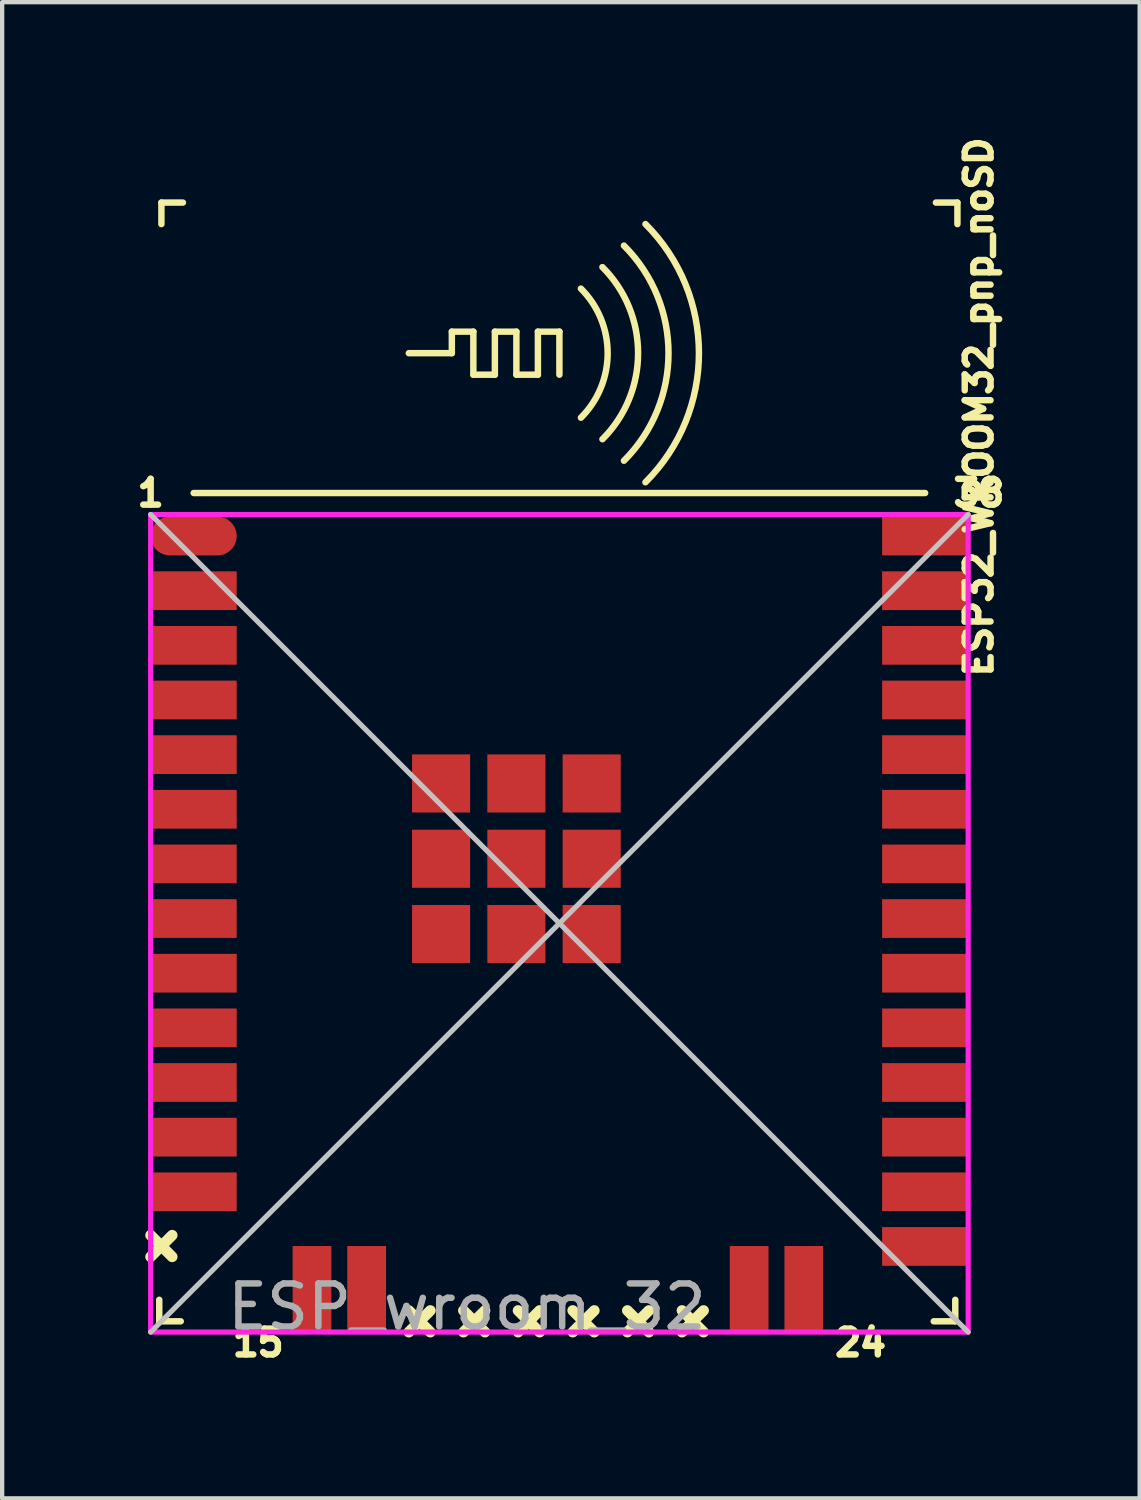
<source format=kicad_pcb>
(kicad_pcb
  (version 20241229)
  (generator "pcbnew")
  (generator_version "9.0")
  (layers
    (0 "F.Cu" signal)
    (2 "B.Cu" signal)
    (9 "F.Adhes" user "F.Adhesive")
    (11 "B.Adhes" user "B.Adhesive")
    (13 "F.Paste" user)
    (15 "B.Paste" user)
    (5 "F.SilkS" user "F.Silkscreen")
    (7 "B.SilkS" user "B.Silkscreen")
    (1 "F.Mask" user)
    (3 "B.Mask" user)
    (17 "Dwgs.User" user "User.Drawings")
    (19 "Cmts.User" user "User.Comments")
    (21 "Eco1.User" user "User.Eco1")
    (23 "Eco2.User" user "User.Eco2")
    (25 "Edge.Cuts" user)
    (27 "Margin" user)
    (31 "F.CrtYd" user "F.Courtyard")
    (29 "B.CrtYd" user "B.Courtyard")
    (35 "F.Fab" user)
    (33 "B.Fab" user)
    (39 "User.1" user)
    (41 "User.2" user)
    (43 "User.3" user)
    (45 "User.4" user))
  (footprint "ESP32_WROOM32_pnp_noSD"
    (layer "F.Cu")
    (at 9.951 18.408)
    (property "Reference" "ESP32_WROOM32_pnp_noSD" (at 9.75 -12 270) (layer "F.SilkS") (effects (font (size 0.6 0.6) (thickness 0.15))))
    (attr smd)
    (fp_line (start -9.5 7.75) (end -9 7.25) (stroke (width 0.25) (type solid)) (layer "F.SilkS"))
    (fp_line (start -9.3 9.25) (end -9.3 8.75) (stroke (width 0.15) (type solid)) (layer "F.SilkS"))
    (fp_line (start -9.3 9.25) (end -8.8 9.25) (stroke (width 0.15) (type solid)) (layer "F.SilkS"))
    (fp_line (start -9.25 -16.75) (end -9.25 -16.25) (stroke (width 0.15) (type solid)) (layer "F.SilkS"))
    (fp_line (start -9.25 -16.75) (end -8.75 -16.75) (stroke (width 0.15) (type solid)) (layer "F.SilkS"))
    (fp_line (start -9 7.75) (end -9.5 7.25) (stroke (width 0.25) (type solid)) (layer "F.SilkS"))
    (fp_line (start -8.5 -10) (end 8.5 -10) (stroke (width 0.15) (type solid)) (layer "F.SilkS"))
    (fp_line (start -3.5 -13.25) (end -2.5 -13.25) (stroke (width 0.15) (type solid)) (layer "F.SilkS"))
    (fp_line (start -3.5 9.5) (end -3 9) (stroke (width 0.25) (type solid)) (layer "F.SilkS"))
    (fp_line (start -3 9.5) (end -3.5 9) (stroke (width 0.25) (type solid)) (layer "F.SilkS"))
    (fp_line (start -2.5 -13.75) (end -2 -13.75) (stroke (width 0.15) (type solid)) (layer "F.SilkS"))
    (fp_line (start -2.5 -13.25) (end -2.5 -13.75) (stroke (width 0.15) (type solid)) (layer "F.SilkS"))
    (fp_line (start -2.23 9.5) (end -1.73 9) (stroke (width 0.25) (type solid)) (layer "F.SilkS"))
    (fp_line (start -2 -13.75) (end -2 -12.75) (stroke (width 0.15) (type solid)) (layer "F.SilkS"))
    (fp_line (start -2 -12.75) (end -1.5 -12.75) (stroke (width 0.15) (type solid)) (layer "F.SilkS"))
    (fp_line (start -1.73 9.5) (end -2.23 9) (stroke (width 0.25) (type solid)) (layer "F.SilkS"))
    (fp_line (start -1.5 -13.75) (end -1 -13.75) (stroke (width 0.15) (type solid)) (layer "F.SilkS"))
    (fp_line (start -1.5 -12.75) (end -1.5 -13.75) (stroke (width 0.15) (type solid)) (layer "F.SilkS"))
    (fp_line (start -1 -13.75) (end -1 -12.75) (stroke (width 0.15) (type solid)) (layer "F.SilkS"))
    (fp_line (start -1 -12.75) (end -0.5 -12.75) (stroke (width 0.15) (type solid)) (layer "F.SilkS"))
    (fp_line (start -0.96 9.5) (end -0.46 9) (stroke (width 0.25) (type solid)) (layer "F.SilkS"))
    (fp_line (start -0.5 -13.75) (end 0 -13.75) (stroke (width 0.15) (type solid)) (layer "F.SilkS"))
    (fp_line (start -0.5 -12.75) (end -0.5 -13.75) (stroke (width 0.15) (type solid)) (layer "F.SilkS"))
    (fp_line (start -0.46 9.5) (end -0.96 9) (stroke (width 0.25) (type solid)) (layer "F.SilkS"))
    (fp_line (start 0 -13.75) (end 0 -12.75) (stroke (width 0.15) (type solid)) (layer "F.SilkS"))
    (fp_line (start 0.31 9.5) (end 0.81 9) (stroke (width 0.25) (type solid)) (layer "F.SilkS"))
    (fp_line (start 0.81 9.5) (end 0.31 9) (stroke (width 0.25) (type solid)) (layer "F.SilkS"))
    (fp_line (start 1.58 9.5) (end 2.08 9) (stroke (width 0.25) (type solid)) (layer "F.SilkS"))
    (fp_line (start 2.08 9.5) (end 1.58 9) (stroke (width 0.25) (type solid)) (layer "F.SilkS"))
    (fp_line (start 2.85 9.5) (end 3.35 9) (stroke (width 0.25) (type solid)) (layer "F.SilkS"))
    (fp_line (start 3.35 9.5) (end 2.85 9) (stroke (width 0.25) (type solid)) (layer "F.SilkS"))
    (fp_line (start 9.2 9.25) (end 8.7 9.25) (stroke (width 0.15) (type solid)) (layer "F.SilkS"))
    (fp_line (start 9.2 9.25) (end 9.2 8.75) (stroke (width 0.15) (type solid)) (layer "F.SilkS"))
    (fp_line (start 9.25 -16.75) (end 8.75 -16.75) (stroke (width 0.15) (type solid)) (layer "F.SilkS"))
    (fp_line (start 9.25 -16.75) (end 9.25 -16.25) (stroke (width 0.15) (type solid)) (layer "F.SilkS"))
    (fp_arc (start 0.499999 -14.749999) (mid 1.121319 -13.25) (end 0.499999 -11.750001) (stroke (width 0.15) (type solid)) (layer "F.SilkS"))
    (fp_arc (start 0.999999 -15.249999) (mid 1.828426 -13.25) (end 0.999999 -11.250001) (stroke (width 0.15) (type solid)) (layer "F.SilkS"))
    (fp_arc (start 1.499999 -15.749999) (mid 2.535532 -13.25) (end 1.499999 -10.750001) (stroke (width 0.15) (type solid)) (layer "F.SilkS"))
    (fp_arc (start 1.999999 -16.249999) (mid 3.242639 -13.25) (end 1.999999 -10.250001) (stroke (width 0.15) (type solid)) (layer "F.SilkS"))
    (fp_line (start -9.5 -9.5) (end 9.5 9.5) (stroke (width 0.12) (type solid)) (layer "Dwgs.User"))
    (fp_line (start -9.5 9.5) (end 9.5 -9.5) (stroke (width 0.12) (type solid)) (layer "Dwgs.User"))
    (fp_line (start -9.5 -9.5) (end 9.5 -9.5) (stroke (width 0.12) (type solid)) (layer "F.CrtYd"))
    (fp_line (start -9.5 9.5) (end -9.5 -9.5) (stroke (width 0.12) (type solid)) (layer "F.CrtYd"))
    (fp_line (start 9.5 -9.5) (end 9.5 9.5) (stroke (width 0.12) (type solid)) (layer "F.CrtYd"))
    (fp_line (start 9.5 9.5) (end -9.5 9.5) (stroke (width 0.12) (type solid)) (layer "F.CrtYd"))
    (fp_text user "38" (at 9.75 -10 0) (layer "F.SilkS") (effects (font (size 0.6 0.6) (thickness 0.15))))
    (fp_text user "24" (at 7 9.75 0) (layer "F.SilkS") (effects (font (size 0.6 0.6) (thickness 0.15))))
    (fp_text user "15" (at -7 9.75 0) (layer "F.SilkS") (effects (font (size 0.6 0.6) (thickness 0.15))))
    (fp_text user "1" (at -9.5 -10 0) (layer "F.SilkS") (effects (font (size 0.6 0.6) (thickness 0.15))))
    (fp_text user "ESP_wroom_32" (at -2.15 8.915 0) (layer "F.Fab") (effects (font (size 1 1) (thickness 0.15))))
    (pad "1" smd oval (at -8.5 -9) (size 2 0.9) (layers "F.Cu" "F.Mask" "F.Paste"))
    (pad "2" smd rect (at -8.5 -7.73) (size 2 0.9) (layers "F.Cu" "F.Mask" "F.Paste"))
    (pad "3" smd rect (at -8.5 -6.46) (size 2 0.9) (layers "F.Cu" "F.Mask" "F.Paste"))
    (pad "4" smd rect (at -8.5 -5.19) (size 2 0.9) (layers "F.Cu" "F.Mask" "F.Paste"))
    (pad "5" smd rect (at -8.5 -3.92) (size 2 0.9) (layers "F.Cu" "F.Mask" "F.Paste"))
    (pad "6" smd rect (at -8.5 -2.65) (size 2 0.9) (layers "F.Cu" "F.Mask" "F.Paste"))
    (pad "7" smd rect (at -8.5 -1.38) (size 2 0.9) (layers "F.Cu" "F.Mask" "F.Paste"))
    (pad "8" smd rect (at -8.5 -0.11) (size 2 0.9) (layers "F.Cu" "F.Mask" "F.Paste"))
    (pad "9" smd rect (at -8.5 1.16) (size 2 0.9) (layers "F.Cu" "F.Mask" "F.Paste"))
    (pad "10" smd rect (at -8.5 2.43) (size 2 0.9) (layers "F.Cu" "F.Mask" "F.Paste"))
    (pad "11" smd rect (at -8.5 3.7) (size 2 0.9) (layers "F.Cu" "F.Mask" "F.Paste"))
    (pad "12" smd rect (at -8.5 4.97) (size 2 0.9) (layers "F.Cu" "F.Mask" "F.Paste"))
    (pad "13" smd rect (at -8.5 6.24) (size 2 0.9) (layers "F.Cu" "F.Mask" "F.Paste"))
    (pad "15" smd rect (at -5.75 8.5) (size 0.9 2) (layers "F.Cu" "F.Mask" "F.Paste"))
    (pad "16" smd rect (at -4.48 8.5) (size 0.9 2) (layers "F.Cu" "F.Mask" "F.Paste"))
    (pad "23" smd rect (at 4.41 8.5) (size 0.9 2) (layers "F.Cu" "F.Mask" "F.Paste"))
    (pad "24" smd rect (at 5.68 8.5) (size 0.9 2) (layers "F.Cu" "F.Mask" "F.Paste"))
    (pad "25" smd rect (at 8.5 7.51) (size 2 0.9) (layers "F.Cu" "F.Mask" "F.Paste"))
    (pad "26" smd rect (at 8.5 6.24) (size 2 0.9) (layers "F.Cu" "F.Mask" "F.Paste"))
    (pad "27" smd rect (at 8.5 4.97) (size 2 0.9) (layers "F.Cu" "F.Mask" "F.Paste"))
    (pad "28" smd rect (at 8.5 3.7) (size 2 0.9) (layers "F.Cu" "F.Mask" "F.Paste"))
    (pad "29" smd rect (at 8.5 2.43) (size 2 0.9) (layers "F.Cu" "F.Mask" "F.Paste"))
    (pad "30" smd rect (at 8.5 1.16) (size 2 0.9) (layers "F.Cu" "F.Mask" "F.Paste"))
    (pad "31" smd rect (at 8.5 -0.11) (size 2 0.9) (layers "F.Cu" "F.Mask" "F.Paste"))
    (pad "32" smd rect (at 8.5 -1.38) (size 2 0.9) (layers "F.Cu" "F.Mask" "F.Paste"))
    (pad "33" smd rect (at 8.5 -2.65) (size 2 0.9) (layers "F.Cu" "F.Mask" "F.Paste"))
    (pad "34" smd rect (at 8.5 -3.92) (size 2 0.9) (layers "F.Cu" "F.Mask" "F.Paste"))
    (pad "35" smd rect (at 8.5 -5.19) (size 2 0.9) (layers "F.Cu" "F.Mask" "F.Paste"))
    (pad "36" smd rect (at 8.5 -6.46) (size 2 0.9) (layers "F.Cu" "F.Mask" "F.Paste"))
    (pad "37" smd rect (at 8.5 -7.73) (size 2 0.9) (layers "F.Cu" "F.Mask" "F.Paste"))
    (pad "38" smd rect (at -2.75 -3.25) (size 1.35 1.35) (layers "F.Cu" "F.Mask" "F.Paste"))
    (pad "38" smd rect (at -2.75 -1.5) (size 1.35 1.35) (layers "F.Cu" "F.Mask" "F.Paste"))
    (pad "38" smd rect (at -2.75 0.25) (size 1.35 1.35) (layers "F.Cu" "F.Mask" "F.Paste"))
    (pad "38" smd rect (at -1 -3.25) (size 1.35 1.35) (layers "F.Cu" "F.Mask" "F.Paste"))
    (pad "38" smd rect (at -1 -1.5) (size 1.35 1.35) (layers "F.Cu" "F.Mask" "F.Paste"))
    (pad "38" smd rect (at -1 0.25) (size 1.35 1.35) (layers "F.Cu" "F.Mask" "F.Paste"))
    (pad "38" smd rect (at 0.75 -3.25) (size 1.35 1.35) (layers "F.Cu" "F.Mask" "F.Paste"))
    (pad "38" smd rect (at 0.75 -1.5) (size 1.35 1.35) (layers "F.Cu" "F.Mask" "F.Paste"))
    (pad "38" smd rect (at 0.75 0.25) (size 1.35 1.35) (layers "F.Cu" "F.Mask" "F.Paste"))
    (pad "38" smd rect (at 8.5 -9) (size 2 0.9) (layers "F.Cu" "F.Mask" "F.Paste")))
  (gr_rect
    (start -3 -3)
    (end 23.437 31.772)
    (stroke (width 0.1) (type default))
    (fill no)
    (layer "Edge.Cuts")))
</source>
